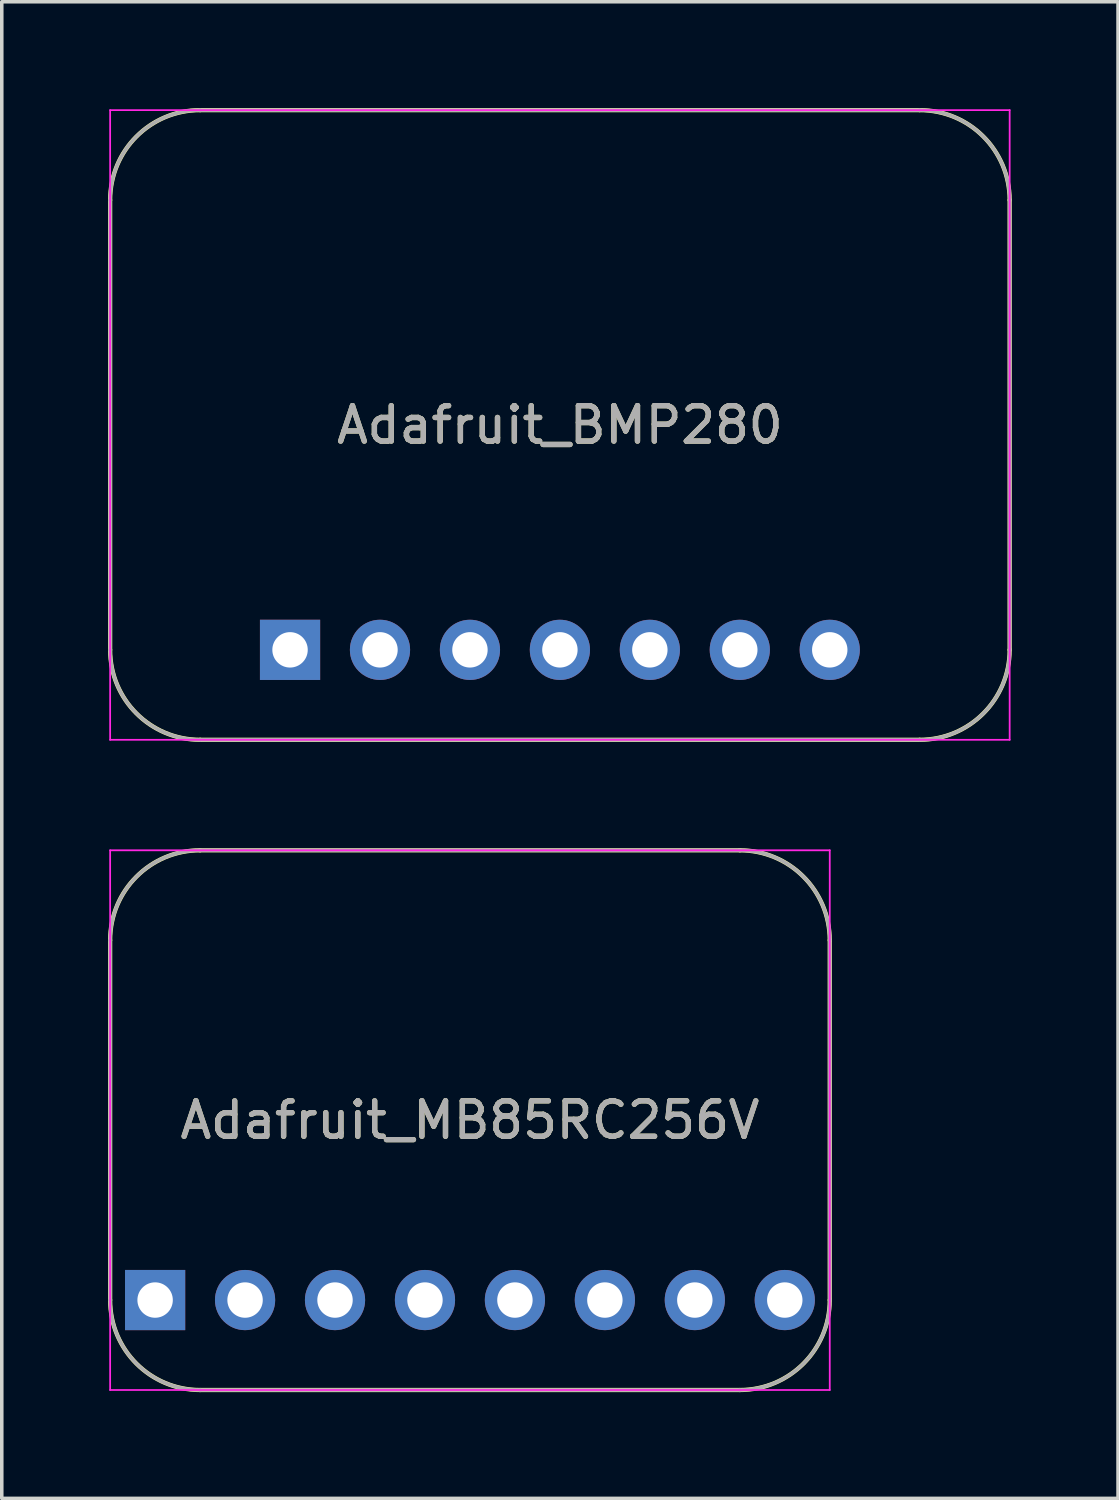
<source format=kicad_pcb>
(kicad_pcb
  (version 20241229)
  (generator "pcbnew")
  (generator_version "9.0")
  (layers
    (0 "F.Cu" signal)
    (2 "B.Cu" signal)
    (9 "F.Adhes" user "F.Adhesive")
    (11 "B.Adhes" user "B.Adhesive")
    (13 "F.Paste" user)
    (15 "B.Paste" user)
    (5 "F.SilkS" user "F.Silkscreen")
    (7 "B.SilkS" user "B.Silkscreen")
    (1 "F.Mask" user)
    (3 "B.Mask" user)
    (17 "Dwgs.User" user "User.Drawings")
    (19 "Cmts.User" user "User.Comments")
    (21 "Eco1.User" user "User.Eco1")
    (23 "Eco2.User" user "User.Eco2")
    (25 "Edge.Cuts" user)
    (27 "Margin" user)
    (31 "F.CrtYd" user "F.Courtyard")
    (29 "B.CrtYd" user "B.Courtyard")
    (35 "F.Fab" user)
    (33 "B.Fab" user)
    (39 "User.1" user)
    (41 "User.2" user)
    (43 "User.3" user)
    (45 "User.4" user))
  (footprint "Adafruit_MB85RC256V"
    (layer "F.Cu")
    (at 1.33 33.66)
    (property "Reference" "Adafruit_MB85RC256V" (at 8.89 -5.08 0) (layer "F.SilkS") (effects (font (size 1 1) (thickness 0.15))))
    (attr through_hole)
    (fp_line (start -1.27 -10.16) (end -1.27 0) (stroke (width 0.12) (type solid)) (layer "F.SilkS"))
    (fp_line (start 1.27 -12.7) (end 16.51 -12.7) (stroke (width 0.12) (type solid)) (layer "F.SilkS"))
    (fp_line (start 16.51 2.54) (end 1.27 2.54) (stroke (width 0.12) (type solid)) (layer "F.SilkS"))
    (fp_line (start 19.05 -10.16) (end 19.05 0) (stroke (width 0.12) (type solid)) (layer "F.SilkS"))
    (fp_arc (start -1.27 -10.16) (mid -0.526051 -11.956051) (end 1.27 -12.7) (stroke (width 0.12) (type solid)) (layer "F.SilkS"))
    (fp_arc (start 1.27 2.54) (mid -0.526051 1.796051) (end -1.27 0) (stroke (width 0.12) (type solid)) (layer "F.SilkS"))
    (fp_arc (start 16.51 -12.7) (mid 18.306051 -11.956051) (end 19.05 -10.16) (stroke (width 0.12) (type solid)) (layer "F.SilkS"))
    (fp_arc (start 19.05 0) (mid 18.306051 1.796051) (end 16.51 2.54) (stroke (width 0.12) (type solid)) (layer "F.SilkS"))
    (fp_line (start -1.27 -12.7) (end -1.27 2.54) (stroke (width 0.05) (type solid)) (layer "F.CrtYd"))
    (fp_line (start -1.27 2.54) (end 19.05 2.54) (stroke (width 0.05) (type solid)) (layer "F.CrtYd"))
    (fp_line (start 19.05 -12.7) (end -1.27 -12.7) (stroke (width 0.05) (type solid)) (layer "F.CrtYd"))
    (fp_line (start 19.05 2.54) (end 19.05 -12.7) (stroke (width 0.05) (type solid)) (layer "F.CrtYd"))
    (fp_line (start -1.27 -10.16) (end -1.27 0) (stroke (width 0.1) (type solid)) (layer "F.Fab"))
    (fp_line (start 16.51 -12.7) (end 1.27 -12.7) (stroke (width 0.1) (type solid)) (layer "F.Fab"))
    (fp_line (start 16.51 2.54) (end 1.27 2.54) (stroke (width 0.1) (type solid)) (layer "F.Fab"))
    (fp_line (start 19.05 -10.16) (end 19.05 0) (stroke (width 0.1) (type solid)) (layer "F.Fab"))
    (fp_arc (start -1.27 -10.16) (mid -0.526051 -11.956051) (end 1.27 -12.7) (stroke (width 0.1) (type solid)) (layer "F.Fab"))
    (fp_arc (start 1.27 2.54) (mid -0.526051 1.796051) (end -1.27 0) (stroke (width 0.1) (type solid)) (layer "F.Fab"))
    (fp_arc (start 16.51 -12.7) (mid 18.306051 -11.956051) (end 19.05 -10.16) (stroke (width 0.1) (type solid)) (layer "F.Fab"))
    (fp_arc (start 19.05 0) (mid 18.306051 1.796051) (end 16.51 2.54) (stroke (width 0.1) (type solid)) (layer "F.Fab"))
    (fp_text user "${REFERENCE}" (at 8.89 -5.08 0) (layer "F.Fab") (effects (font (size 1 1) (thickness 0.15))))
    (pad "1" thru_hole rect (at 0 0) (size 1.7 1.7) (drill 1) (layers "*.Cu" "*.Mask"))
    (pad "2" thru_hole circle (at 2.54 0) (size 1.7 1.7) (drill 1) (layers "*.Cu" "*.Mask"))
    (pad "3" thru_hole circle (at 5.08 0) (size 1.7 1.7) (drill 1) (layers "*.Cu" "*.Mask"))
    (pad "4" thru_hole circle (at 7.62 0) (size 1.7 1.7) (drill 1) (layers "*.Cu" "*.Mask"))
    (pad "5" thru_hole circle (at 10.16 0) (size 1.7 1.7) (drill 1) (layers "*.Cu" "*.Mask"))
    (pad "6" thru_hole circle (at 12.7 0) (size 1.7 1.7) (drill 1) (layers "*.Cu" "*.Mask"))
    (pad "7" thru_hole circle (at 15.24 0) (size 1.7 1.7) (drill 1) (layers "*.Cu" "*.Mask"))
    (pad "8" thru_hole circle (at 17.78 0) (size 1.7 1.7) (drill 1) (layers "*.Cu" "*.Mask")))
  (footprint "Adafruit_BMP280"
    (layer "F.Cu")
    (at 5.14 15.3)
    (property "Reference" "Adafruit_BMP280" (at 7.62 -6.35 0) (layer "F.SilkS") (effects (font (size 1 1) (thickness 0.15))))
    (attr through_hole)
    (fp_line (start -5.08 0) (end -5.08 -12.7) (stroke (width 0.12) (type solid)) (layer "F.SilkS"))
    (fp_line (start -2.54 -15.24) (end 17.78 -15.24) (stroke (width 0.12) (type solid)) (layer "F.SilkS"))
    (fp_line (start 17.78 2.54) (end -2.54 2.54) (stroke (width 0.12) (type solid)) (layer "F.SilkS"))
    (fp_line (start 20.32 -12.7) (end 20.32 0) (stroke (width 0.12) (type solid)) (layer "F.SilkS"))
    (fp_arc (start -5.08 -12.7) (mid -4.336051 -14.496051) (end -2.54 -15.24) (stroke (width 0.12) (type solid)) (layer "F.SilkS"))
    (fp_arc (start -2.54 2.54) (mid -4.336051 1.796051) (end -5.08 0) (stroke (width 0.12) (type solid)) (layer "F.SilkS"))
    (fp_arc (start 17.78 -15.24) (mid 19.576051 -14.496051) (end 20.32 -12.7) (stroke (width 0.12) (type solid)) (layer "F.SilkS"))
    (fp_arc (start 20.32 0) (mid 19.576051 1.796051) (end 17.78 2.54) (stroke (width 0.12) (type solid)) (layer "F.SilkS"))
    (fp_line (start -5.08 -15.24) (end 20.32 -15.24) (stroke (width 0.05) (type solid)) (layer "F.CrtYd"))
    (fp_line (start -5.08 2.54) (end -5.08 -15.24) (stroke (width 0.05) (type solid)) (layer "F.CrtYd"))
    (fp_line (start 20.32 -15.24) (end 20.32 2.54) (stroke (width 0.05) (type solid)) (layer "F.CrtYd"))
    (fp_line (start 20.32 2.54) (end -5.08 2.54) (stroke (width 0.05) (type solid)) (layer "F.CrtYd"))
    (fp_line (start -5.08 -12.7) (end -5.08 0) (stroke (width 0.1) (type solid)) (layer "F.Fab"))
    (fp_line (start -2.54 -15.24) (end 17.78 -15.24) (stroke (width 0.1) (type solid)) (layer "F.Fab"))
    (fp_line (start 17.78 2.54) (end -2.54 2.54) (stroke (width 0.1) (type solid)) (layer "F.Fab"))
    (fp_line (start 20.32 -12.7) (end 20.32 0) (stroke (width 0.1) (type solid)) (layer "F.Fab"))
    (fp_arc (start -5.08 -12.7) (mid -4.336051 -14.496051) (end -2.54 -15.24) (stroke (width 0.1) (type solid)) (layer "F.Fab"))
    (fp_arc (start -2.54 2.54) (mid -4.336051 1.796051) (end -5.08 0) (stroke (width 0.1) (type solid)) (layer "F.Fab"))
    (fp_arc (start 17.78 -15.24) (mid 19.576051 -14.496051) (end 20.32 -12.7) (stroke (width 0.1) (type solid)) (layer "F.Fab"))
    (fp_arc (start 20.32 0) (mid 19.576051 1.796051) (end 17.78 2.54) (stroke (width 0.1) (type solid)) (layer "F.Fab"))
    (fp_text user "${REFERENCE}" (at 7.62 -6.35 0) (layer "F.Fab") (effects (font (size 1 1) (thickness 0.15))))
    (pad "1" thru_hole rect (at 0 0 90) (size 1.7 1.7) (drill 1) (layers "*.Cu" "*.Mask"))
    (pad "2" thru_hole oval (at 2.54 0 90) (size 1.7 1.7) (drill 1) (layers "*.Cu" "*.Mask"))
    (pad "3" thru_hole oval (at 5.08 0 90) (size 1.7 1.7) (drill 1) (layers "*.Cu" "*.Mask"))
    (pad "4" thru_hole oval (at 7.62 0 180) (size 1.7 1.7) (drill 1) (layers "*.Cu" "*.Mask"))
    (pad "5" thru_hole oval (at 10.16 0 90) (size 1.7 1.7) (drill 1) (layers "*.Cu" "*.Mask"))
    (pad "6" thru_hole oval (at 12.7 0 90) (size 1.7 1.7) (drill 1) (layers "*.Cu" "*.Mask"))
    (pad "7" thru_hole oval (at 15.24 0 90) (size 1.7 1.7) (drill 1) (layers "*.Cu" "*.Mask")))
  (gr_rect
    (start -3 -3)
    (end 28.52 39.26)
    (stroke (width 0.1) (type default))
    (fill no)
    (layer "Edge.Cuts")))
</source>
